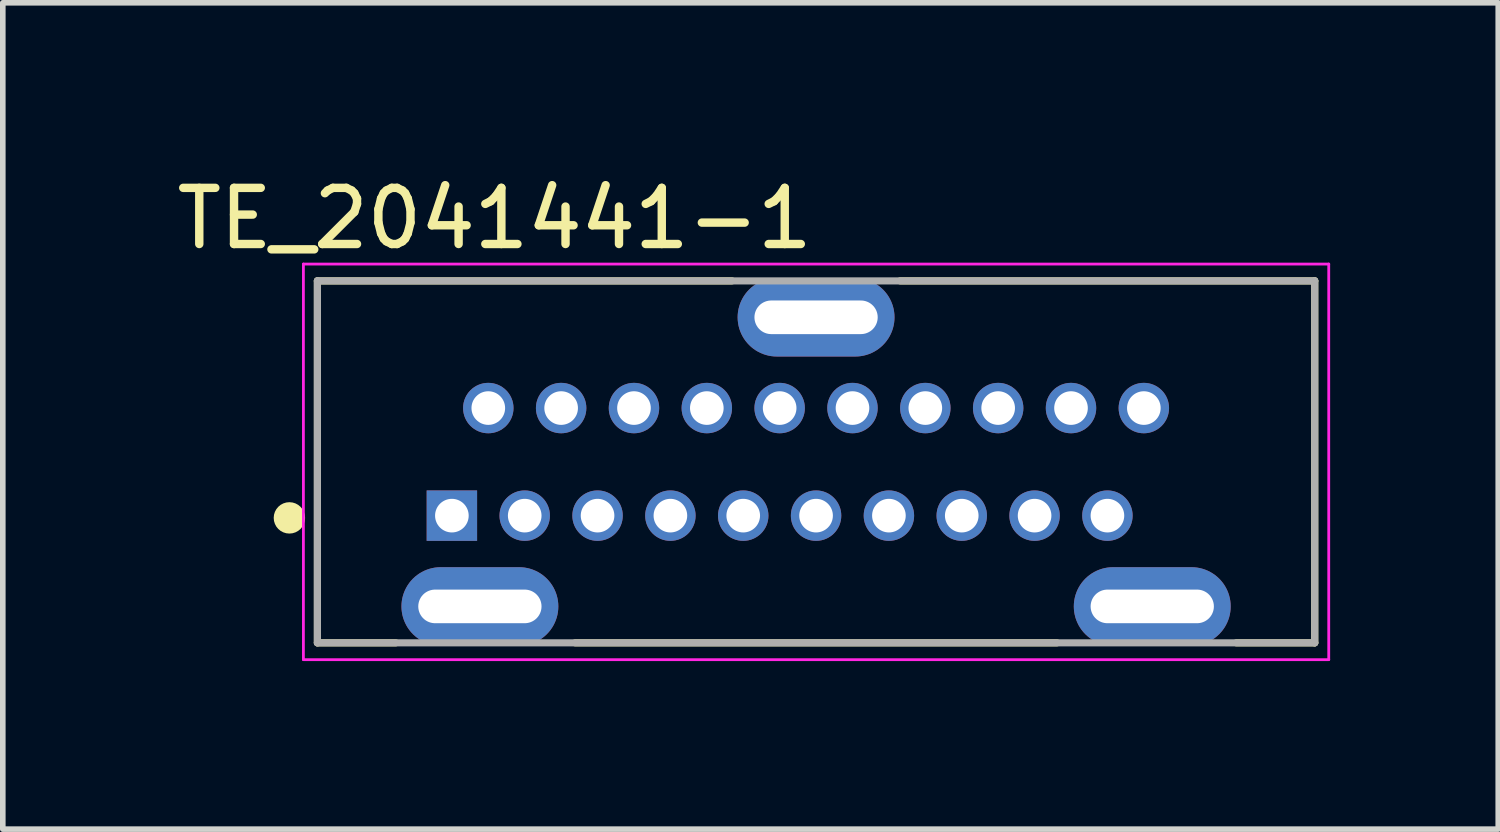
<source format=kicad_pcb>
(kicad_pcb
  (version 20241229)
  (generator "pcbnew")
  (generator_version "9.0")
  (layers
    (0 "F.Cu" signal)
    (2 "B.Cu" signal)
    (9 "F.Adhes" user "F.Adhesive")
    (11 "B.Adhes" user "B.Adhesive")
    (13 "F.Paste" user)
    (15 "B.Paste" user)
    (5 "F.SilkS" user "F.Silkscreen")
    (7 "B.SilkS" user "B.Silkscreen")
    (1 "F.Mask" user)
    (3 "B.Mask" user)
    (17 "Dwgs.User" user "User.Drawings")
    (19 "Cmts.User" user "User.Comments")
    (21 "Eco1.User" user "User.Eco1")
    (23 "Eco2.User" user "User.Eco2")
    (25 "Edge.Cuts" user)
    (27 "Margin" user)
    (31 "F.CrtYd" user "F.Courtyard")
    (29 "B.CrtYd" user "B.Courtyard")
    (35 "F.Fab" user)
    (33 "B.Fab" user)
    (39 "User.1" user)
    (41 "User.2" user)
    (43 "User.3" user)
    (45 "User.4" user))
  (footprint "TE_2041441-1"
    (layer "F.Cu")
    (at 11.515 5.193)
    (property "Reference" "TE_2041441-1" (at -5.736 -4.344 0) (layer "F.SilkS") (effects (font (size 1.002 1.002) (thickness 0.15))))
    (attr through_hole)
    (fp_line (start -8.9 -3.23) (end -1.5 -3.23) (stroke (width 0.127) (type solid)) (layer "F.SilkS"))
    (fp_line (start -8.9 3.23) (end -8.9 -3.23) (stroke (width 0.127) (type solid)) (layer "F.SilkS"))
    (fp_line (start -8.9 3.23) (end -7.5 3.23) (stroke (width 0.127) (type solid)) (layer "F.SilkS"))
    (fp_line (start 4.3 3.23) (end -4.3 3.23) (stroke (width 0.127) (type solid)) (layer "F.SilkS"))
    (fp_line (start 8.9 -3.23) (end 1.5 -3.23) (stroke (width 0.127) (type solid)) (layer "F.SilkS"))
    (fp_line (start 8.9 -3.23) (end 8.9 3.23) (stroke (width 0.127) (type solid)) (layer "F.SilkS"))
    (fp_line (start 8.9 3.23) (end 7.5 3.23) (stroke (width 0.127) (type solid)) (layer "F.SilkS"))
    (fp_circle (center -9.4 1) (end -9.26 1) (stroke (width 0.28) (type solid)) (fill no) (layer "F.SilkS"))
    (fp_line (start -9.15 -3.53) (end 9.15 -3.53) (stroke (width 0.05) (type solid)) (layer "F.CrtYd"))
    (fp_line (start -9.15 3.53) (end -9.15 -3.53) (stroke (width 0.05) (type solid)) (layer "F.CrtYd"))
    (fp_line (start 9.15 -3.53) (end 9.15 3.53) (stroke (width 0.05) (type solid)) (layer "F.CrtYd"))
    (fp_line (start 9.15 3.53) (end -9.15 3.53) (stroke (width 0.05) (type solid)) (layer "F.CrtYd"))
    (fp_line (start -8.9 -3.23) (end 8.9 -3.23) (stroke (width 0.127) (type solid)) (layer "F.Fab"))
    (fp_line (start -8.9 3.23) (end -8.9 -3.23) (stroke (width 0.127) (type solid)) (layer "F.Fab"))
    (fp_line (start 8.9 -3.23) (end 8.9 3.23) (stroke (width 0.127) (type solid)) (layer "F.Fab"))
    (fp_line (start 8.9 3.23) (end -8.9 3.23) (stroke (width 0.127) (type solid)) (layer "F.Fab"))
    (pad "1" thru_hole rect (at -6.5 0.96) (size 0.9 0.9) (drill 0.6) (layers "*.Cu" "*.Mask"))
    (pad "2" thru_hole circle (at -5.85 -0.96) (size 0.9 0.9) (drill 0.6) (layers "*.Cu" "*.Mask"))
    (pad "3" thru_hole circle (at -5.2 0.96) (size 0.9 0.9) (drill 0.6) (layers "*.Cu" "*.Mask"))
    (pad "4" thru_hole circle (at -4.55 -0.96) (size 0.9 0.9) (drill 0.6) (layers "*.Cu" "*.Mask"))
    (pad "5" thru_hole circle (at -3.9 0.96) (size 0.9 0.9) (drill 0.6) (layers "*.Cu" "*.Mask"))
    (pad "6" thru_hole circle (at -3.25 -0.96) (size 0.9 0.9) (drill 0.6) (layers "*.Cu" "*.Mask"))
    (pad "7" thru_hole circle (at -2.6 0.96) (size 0.9 0.9) (drill 0.6) (layers "*.Cu" "*.Mask"))
    (pad "8" thru_hole circle (at -1.95 -0.96) (size 0.9 0.9) (drill 0.6) (layers "*.Cu" "*.Mask"))
    (pad "9" thru_hole circle (at -1.3 0.96) (size 0.9 0.9) (drill 0.6) (layers "*.Cu" "*.Mask"))
    (pad "10" thru_hole circle (at -0.65 -0.96) (size 0.9 0.9) (drill 0.6) (layers "*.Cu" "*.Mask"))
    (pad "11" thru_hole circle (at 0 0.96) (size 0.9 0.9) (drill 0.6) (layers "*.Cu" "*.Mask"))
    (pad "12" thru_hole circle (at 0.65 -0.96) (size 0.9 0.9) (drill 0.6) (layers "*.Cu" "*.Mask"))
    (pad "13" thru_hole circle (at 1.3 0.96) (size 0.9 0.9) (drill 0.6) (layers "*.Cu" "*.Mask"))
    (pad "14" thru_hole circle (at 1.95 -0.96) (size 0.9 0.9) (drill 0.6) (layers "*.Cu" "*.Mask"))
    (pad "15" thru_hole circle (at 2.6 0.96) (size 0.9 0.9) (drill 0.6) (layers "*.Cu" "*.Mask"))
    (pad "16" thru_hole circle (at 3.25 -0.96) (size 0.9 0.9) (drill 0.6) (layers "*.Cu" "*.Mask"))
    (pad "17" thru_hole circle (at 3.9 0.96) (size 0.9 0.9) (drill 0.6) (layers "*.Cu" "*.Mask"))
    (pad "18" thru_hole circle (at 4.55 -0.96) (size 0.9 0.9) (drill 0.6) (layers "*.Cu" "*.Mask"))
    (pad "19" thru_hole circle (at 5.2 0.96) (size 0.9 0.9) (drill 0.6) (layers "*.Cu" "*.Mask"))
    (pad "20" thru_hole circle (at 5.85 -0.96) (size 0.9 0.9) (drill 0.6) (layers "*.Cu" "*.Mask"))
    (pad "SH1" thru_hole oval (at -6 2.58) (size 2.8 1.4) (drill oval 2.2 0.6) (layers "*.Cu" "*.Mask"))
    (pad "SH2" thru_hole oval (at 6 2.58) (size 2.8 1.4) (drill oval 2.2 0.6) (layers "*.Cu" "*.Mask"))
    (pad "SH3" thru_hole oval (at 0 -2.58) (size 2.8 1.4) (drill oval 2.2 0.6) (layers "*.Cu" "*.Mask")))
  (gr_rect
    (start -3 -3)
    (end 23.69 11.748)
    (stroke (width 0.1) (type default))
    (fill no)
    (layer "Edge.Cuts")))
</source>
